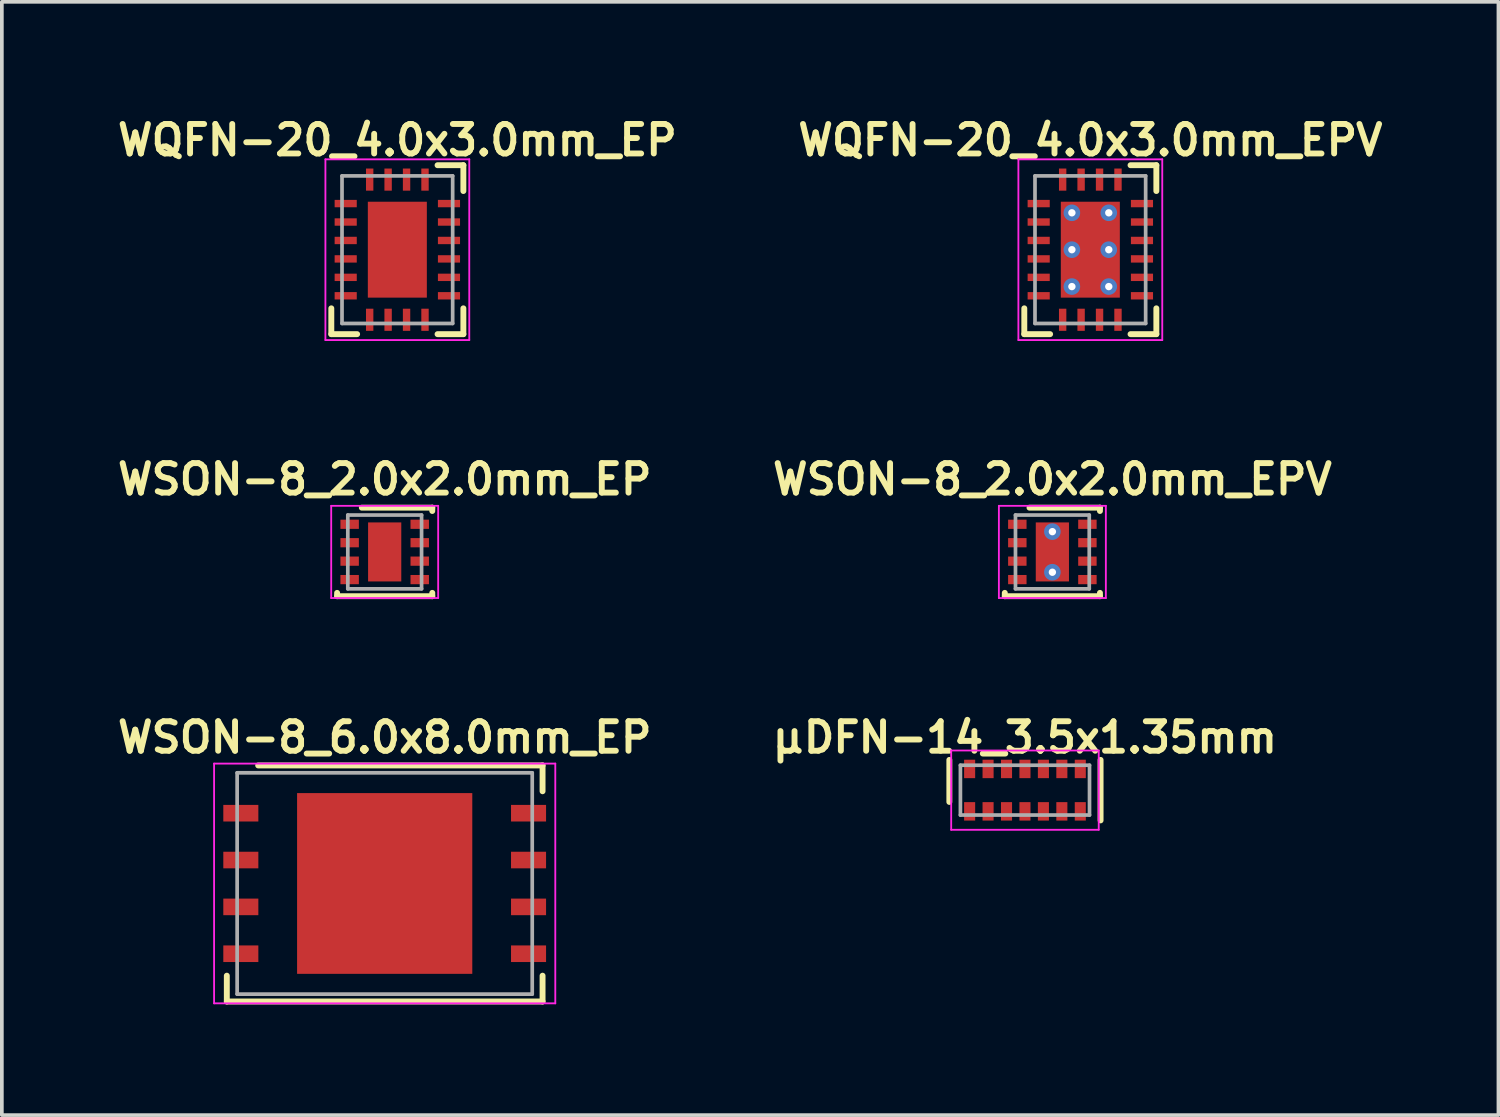
<source format=kicad_pcb>
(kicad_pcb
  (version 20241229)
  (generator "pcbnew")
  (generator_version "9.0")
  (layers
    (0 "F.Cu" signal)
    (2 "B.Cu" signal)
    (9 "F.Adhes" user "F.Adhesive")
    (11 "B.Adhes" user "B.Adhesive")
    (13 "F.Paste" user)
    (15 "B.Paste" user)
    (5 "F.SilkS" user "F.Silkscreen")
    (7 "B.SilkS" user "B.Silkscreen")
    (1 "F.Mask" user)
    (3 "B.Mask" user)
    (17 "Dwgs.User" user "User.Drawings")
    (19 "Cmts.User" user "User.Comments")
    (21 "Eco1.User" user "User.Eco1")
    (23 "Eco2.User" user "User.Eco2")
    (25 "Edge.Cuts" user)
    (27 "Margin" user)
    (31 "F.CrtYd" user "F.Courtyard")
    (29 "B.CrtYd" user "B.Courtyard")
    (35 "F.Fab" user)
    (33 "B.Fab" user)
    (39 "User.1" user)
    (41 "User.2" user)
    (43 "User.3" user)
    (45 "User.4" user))
  (footprint "WQFN-20_4.0x3.0mm_EP"
    (layer "F.Cu")
    (at 7.722 3.719)
    (property "Reference" "WQFN-20_4.0x3.0mm_EP" (at 0 -2.97 0) (layer "F.SilkS") (effects (font (size 0.8 0.8) (thickness 0.16))))
    (attr through_hole)
    (fp_line (start -1.79 2.29) (end -1.79 1.59) (stroke (width 0.16) (type solid)) (layer "F.SilkS"))
    (fp_line (start -1.09 2.29) (end -1.79 2.29) (stroke (width 0.16) (type solid)) (layer "F.SilkS"))
    (fp_line (start 1.09 -2.29) (end 1.79 -2.29) (stroke (width 0.16) (type solid)) (layer "F.SilkS"))
    (fp_line (start 1.79 -2.29) (end 1.79 -1.59) (stroke (width 0.16) (type solid)) (layer "F.SilkS"))
    (fp_line (start 1.79 1.59) (end 1.79 2.29) (stroke (width 0.16) (type solid)) (layer "F.SilkS"))
    (fp_line (start 1.79 2.29) (end 1.09 2.29) (stroke (width 0.16) (type solid)) (layer "F.SilkS"))
    (fp_line (start -1.95 -2.45) (end 1.95 -2.45) (stroke (width 0.05) (type solid)) (layer "F.CrtYd"))
    (fp_line (start -1.95 2.45) (end -1.95 -2.45) (stroke (width 0.05) (type solid)) (layer "F.CrtYd"))
    (fp_line (start 1.95 -2.45) (end 1.95 2.45) (stroke (width 0.05) (type solid)) (layer "F.CrtYd"))
    (fp_line (start 1.95 2.45) (end -1.95 2.45) (stroke (width 0.05) (type solid)) (layer "F.CrtYd"))
    (fp_line (start -1.5 -2) (end 1.5 -2) (stroke (width 0.1) (type solid)) (layer "F.Fab"))
    (fp_line (start -1.5 2) (end -1.5 -2) (stroke (width 0.1) (type solid)) (layer "F.Fab"))
    (fp_line (start 1.5 -2) (end 1.5 2) (stroke (width 0.1) (type solid)) (layer "F.Fab"))
    (fp_line (start 1.5 2) (end -1.5 2) (stroke (width 0.1) (type solid)) (layer "F.Fab"))
    (pad "" smd rect (at 0 -0.675) (size 1.47 1.15) (layers "F.Paste"))
    (pad "" smd rect (at 0 0.675) (size 1.47 1.15) (layers "F.Paste"))
    (pad "1" smd rect (at -1.4 -1.25) (size 0.6 0.2) (layers "F.Cu" "F.Mask" "F.Paste"))
    (pad "2" smd rect (at -1.4 -0.75) (size 0.6 0.2) (layers "F.Cu" "F.Mask" "F.Paste"))
    (pad "3" smd rect (at -1.4 -0.25) (size 0.6 0.2) (layers "F.Cu" "F.Mask" "F.Paste"))
    (pad "4" smd rect (at -1.4 0.25) (size 0.6 0.2) (layers "F.Cu" "F.Mask" "F.Paste"))
    (pad "5" smd rect (at -1.4 0.75) (size 0.6 0.2) (layers "F.Cu" "F.Mask" "F.Paste"))
    (pad "6" smd rect (at -1.4 1.25) (size 0.6 0.2) (layers "F.Cu" "F.Mask" "F.Paste"))
    (pad "7" smd rect (at -0.75 1.9 90) (size 0.6 0.2) (layers "F.Cu" "F.Mask" "F.Paste"))
    (pad "8" smd rect (at -0.25 1.9 90) (size 0.6 0.2) (layers "F.Cu" "F.Mask" "F.Paste"))
    (pad "9" smd rect (at 0.25 1.9 90) (size 0.6 0.2) (layers "F.Cu" "F.Mask" "F.Paste"))
    (pad "10" smd rect (at 0.75 1.9 90) (size 0.6 0.2) (layers "F.Cu" "F.Mask" "F.Paste"))
    (pad "11" smd rect (at 1.4 1.25) (size 0.6 0.2) (layers "F.Cu" "F.Mask" "F.Paste"))
    (pad "12" smd rect (at 1.4 0.75) (size 0.6 0.2) (layers "F.Cu" "F.Mask" "F.Paste"))
    (pad "13" smd rect (at 1.4 0.25) (size 0.6 0.2) (layers "F.Cu" "F.Mask" "F.Paste"))
    (pad "14" smd rect (at 1.4 -0.25) (size 0.6 0.2) (layers "F.Cu" "F.Mask" "F.Paste"))
    (pad "15" smd rect (at 1.4 -0.75) (size 0.6 0.2) (layers "F.Cu" "F.Mask" "F.Paste"))
    (pad "16" smd rect (at 1.4 -1.25) (size 0.6 0.2) (layers "F.Cu" "F.Mask" "F.Paste"))
    (pad "17" smd rect (at 0.75 -1.9 90) (size 0.6 0.2) (layers "F.Cu" "F.Mask" "F.Paste"))
    (pad "18" smd rect (at 0.25 -1.9 90) (size 0.6 0.2) (layers "F.Cu" "F.Mask" "F.Paste"))
    (pad "19" smd rect (at -0.25 -1.9 90) (size 0.6 0.2) (layers "F.Cu" "F.Mask" "F.Paste"))
    (pad "20" smd rect (at -0.75 -1.9 90) (size 0.6 0.2) (layers "F.Cu" "F.Mask" "F.Paste"))
    (pad "21" smd rect (at 0 0) (size 1.6 2.6) (layers "F.Cu" "F.Mask")))
  (footprint "WSON-8_2.0x2.0mm_EPV"
    (layer "F.Cu")
    (at 25.48 11.913)
    (property "Reference" "WSON-8_2.0x2.0mm_EPV" (at 0 -1.97 0) (layer "F.SilkS") (effects (font (size 0.8 0.8) (thickness 0.16))))
    (attr through_hole)
    (fp_line (start -1.29 1.11) (end -1.29 1.2) (stroke (width 0.16) (type solid)) (layer "F.SilkS"))
    (fp_line (start -1.29 1.2) (end 1.29 1.2) (stroke (width 0.16) (type solid)) (layer "F.SilkS"))
    (fp_line (start 1.29 -1.2) (end -0.62 -1.2) (stroke (width 0.16) (type solid)) (layer "F.SilkS"))
    (fp_line (start 1.29 -1.11) (end 1.29 -1.2) (stroke (width 0.16) (type solid)) (layer "F.SilkS"))
    (fp_line (start 1.29 1.11) (end 1.29 1.2) (stroke (width 0.16) (type solid)) (layer "F.SilkS"))
    (fp_line (start -1.45 -1.25) (end 1.45 -1.25) (stroke (width 0.05) (type solid)) (layer "F.CrtYd"))
    (fp_line (start -1.45 1.25) (end -1.45 -1.25) (stroke (width 0.05) (type solid)) (layer "F.CrtYd"))
    (fp_line (start 1.45 -1.25) (end 1.45 1.25) (stroke (width 0.05) (type solid)) (layer "F.CrtYd"))
    (fp_line (start 1.45 1.25) (end -1.45 1.25) (stroke (width 0.05) (type solid)) (layer "F.CrtYd"))
    (fp_line (start -1 -1) (end 1 -1) (stroke (width 0.1) (type solid)) (layer "F.Fab"))
    (fp_line (start -1 1) (end -1 -1) (stroke (width 0.1) (type solid)) (layer "F.Fab"))
    (fp_line (start 1 -1) (end 1 1) (stroke (width 0.1) (type solid)) (layer "F.Fab"))
    (fp_line (start 1 1) (end -1 1) (stroke (width 0.1) (type solid)) (layer "F.Fab"))
    (pad "" smd rect (at 0 -0.45) (size 0.9 0.7) (layers "F.Paste"))
    (pad "" smd rect (at 0 0.45) (size 0.9 0.7) (layers "F.Paste"))
    (pad "1" smd rect (at -0.95 -0.75) (size 0.5 0.25) (layers "F.Cu" "F.Mask" "F.Paste"))
    (pad "2" smd rect (at -0.95 -0.25) (size 0.5 0.25) (layers "F.Cu" "F.Mask" "F.Paste"))
    (pad "3" smd rect (at -0.95 0.25) (size 0.5 0.25) (layers "F.Cu" "F.Mask" "F.Paste"))
    (pad "4" smd rect (at -0.95 0.75) (size 0.5 0.25) (layers "F.Cu" "F.Mask" "F.Paste"))
    (pad "5" smd rect (at 0.95 0.75) (size 0.5 0.25) (layers "F.Cu" "F.Mask" "F.Paste"))
    (pad "6" smd rect (at 0.95 0.25) (size 0.5 0.25) (layers "F.Cu" "F.Mask" "F.Paste"))
    (pad "7" smd rect (at 0.95 -0.25) (size 0.5 0.25) (layers "F.Cu" "F.Mask" "F.Paste"))
    (pad "8" smd rect (at 0.95 -0.75) (size 0.5 0.25) (layers "F.Cu" "F.Mask" "F.Paste"))
    (pad "9" thru_hole circle (at 0 -0.55) (size 0.45 0.45) (drill 0.2) (layers "*.Cu"))
    (pad "9" smd rect (at 0 0) (size 0.9 1.6) (layers "F.Cu" "F.Mask"))
    (pad "9" thru_hole circle (at 0 0.55) (size 0.45 0.45) (drill 0.2) (layers "*.Cu")))
  (footprint "WSON-8_6.0x8.0mm_EP"
    (layer "F.Cu")
    (at 7.379 20.901)
    (property "Reference" "WSON-8_6.0x8.0mm_EP" (at 0 -3.96 0) (layer "F.SilkS") (effects (font (size 0.8 0.8) (thickness 0.16))))
    (attr through_hole)
    (fp_line (start -4.28 2.5) (end -4.28 3.2) (stroke (width 0.16) (type solid)) (layer "F.SilkS"))
    (fp_line (start -4.28 3.2) (end 4.28 3.2) (stroke (width 0.16) (type solid)) (layer "F.SilkS"))
    (fp_line (start 4.28 -3.2) (end -3.43 -3.2) (stroke (width 0.16) (type solid)) (layer "F.SilkS"))
    (fp_line (start 4.28 -3.2) (end 4.28 -2.5) (stroke (width 0.16) (type solid)) (layer "F.SilkS"))
    (fp_line (start 4.28 2.5) (end 4.28 3.2) (stroke (width 0.16) (type solid)) (layer "F.SilkS"))
    (fp_line (start -4.625 -3.25) (end 4.625 -3.25) (stroke (width 0.05) (type solid)) (layer "F.CrtYd"))
    (fp_line (start -4.625 3.25) (end -4.625 -3.25) (stroke (width 0.05) (type solid)) (layer "F.CrtYd"))
    (fp_line (start 4.625 -3.25) (end 4.625 3.25) (stroke (width 0.05) (type solid)) (layer "F.CrtYd"))
    (fp_line (start 4.625 3.25) (end -4.625 3.25) (stroke (width 0.05) (type solid)) (layer "F.CrtYd"))
    (fp_line (start -4 -3) (end 4 -3) (stroke (width 0.1) (type solid)) (layer "F.Fab"))
    (fp_line (start -4 3) (end -4 -3) (stroke (width 0.1) (type solid)) (layer "F.Fab"))
    (fp_line (start 4 -3) (end 4 3) (stroke (width 0.1) (type solid)) (layer "F.Fab"))
    (fp_line (start 4 3) (end -4 3) (stroke (width 0.1) (type solid)) (layer "F.Fab"))
    (pad "" smd rect (at -1.65 -1.913) (size 1.45 1.075) (layers "F.Paste"))
    (pad "" smd rect (at -1.65 -0.637) (size 1.45 1.075) (layers "F.Paste"))
    (pad "" smd rect (at -1.65 0.637) (size 1.45 1.075) (layers "F.Paste"))
    (pad "" smd rect (at -1.65 1.913) (size 1.45 1.075) (layers "F.Paste"))
    (pad "" smd rect (at 0 -1.913) (size 1.45 1.075) (layers "F.Paste"))
    (pad "" smd rect (at 0 -0.637) (size 1.45 1.075) (layers "F.Paste"))
    (pad "" smd rect (at 0 0.637) (size 1.45 1.075) (layers "F.Paste"))
    (pad "" smd rect (at 0 1.913) (size 1.45 1.075) (layers "F.Paste"))
    (pad "" smd rect (at 1.65 -1.913) (size 1.45 1.075) (layers "F.Paste"))
    (pad "" smd rect (at 1.65 -0.637) (size 1.45 1.075) (layers "F.Paste"))
    (pad "" smd rect (at 1.65 0.637) (size 1.45 1.075) (layers "F.Paste"))
    (pad "" smd rect (at 1.65 1.913) (size 1.45 1.075) (layers "F.Paste"))
    (pad "1" smd rect (at -3.9 -1.905) (size 0.95 0.45) (layers "F.Cu" "F.Mask" "F.Paste"))
    (pad "2" smd rect (at -3.9 -0.635) (size 0.95 0.45) (layers "F.Cu" "F.Mask" "F.Paste"))
    (pad "3" smd rect (at -3.9 0.635) (size 0.95 0.45) (layers "F.Cu" "F.Mask" "F.Paste"))
    (pad "4" smd rect (at -3.9 1.905) (size 0.95 0.45) (layers "F.Cu" "F.Mask" "F.Paste"))
    (pad "5" smd rect (at 3.9 1.905) (size 0.95 0.45) (layers "F.Cu" "F.Mask" "F.Paste"))
    (pad "6" smd rect (at 3.9 0.635) (size 0.95 0.45) (layers "F.Cu" "F.Mask" "F.Paste"))
    (pad "7" smd rect (at 3.9 -0.635) (size 0.95 0.45) (layers "F.Cu" "F.Mask" "F.Paste"))
    (pad "8" smd rect (at 3.9 -1.905) (size 0.95 0.45) (layers "F.Cu" "F.Mask" "F.Paste"))
    (pad "9" smd rect (at 0 0) (size 4.75 4.9) (layers "F.Cu" "F.Mask")))
  (footprint "WQFN-20_4.0x3.0mm_EPV"
    (layer "F.Cu")
    (at 26.509 3.719)
    (property "Reference" "WQFN-20_4.0x3.0mm_EPV" (at 0 -2.97 0) (layer "F.SilkS") (effects (font (size 0.8 0.8) (thickness 0.16))))
    (attr through_hole)
    (fp_line (start -1.79 2.29) (end -1.79 1.59) (stroke (width 0.16) (type solid)) (layer "F.SilkS"))
    (fp_line (start -1.09 2.29) (end -1.79 2.29) (stroke (width 0.16) (type solid)) (layer "F.SilkS"))
    (fp_line (start 1.09 -2.29) (end 1.79 -2.29) (stroke (width 0.16) (type solid)) (layer "F.SilkS"))
    (fp_line (start 1.79 -2.29) (end 1.79 -1.59) (stroke (width 0.16) (type solid)) (layer "F.SilkS"))
    (fp_line (start 1.79 1.59) (end 1.79 2.29) (stroke (width 0.16) (type solid)) (layer "F.SilkS"))
    (fp_line (start 1.79 2.29) (end 1.09 2.29) (stroke (width 0.16) (type solid)) (layer "F.SilkS"))
    (fp_line (start -1.95 -2.45) (end 1.95 -2.45) (stroke (width 0.05) (type solid)) (layer "F.CrtYd"))
    (fp_line (start -1.95 2.45) (end -1.95 -2.45) (stroke (width 0.05) (type solid)) (layer "F.CrtYd"))
    (fp_line (start 1.95 -2.45) (end 1.95 2.45) (stroke (width 0.05) (type solid)) (layer "F.CrtYd"))
    (fp_line (start 1.95 2.45) (end -1.95 2.45) (stroke (width 0.05) (type solid)) (layer "F.CrtYd"))
    (fp_line (start -1.5 -2) (end 1.5 -2) (stroke (width 0.1) (type solid)) (layer "F.Fab"))
    (fp_line (start -1.5 2) (end -1.5 -2) (stroke (width 0.1) (type solid)) (layer "F.Fab"))
    (fp_line (start 1.5 -2) (end 1.5 2) (stroke (width 0.1) (type solid)) (layer "F.Fab"))
    (fp_line (start 1.5 2) (end -1.5 2) (stroke (width 0.1) (type solid)) (layer "F.Fab"))
    (pad "" smd rect (at 0 -0.675) (size 1.47 1.15) (layers "F.Paste"))
    (pad "" smd rect (at 0 0.675) (size 1.47 1.15) (layers "F.Paste"))
    (pad "1" smd rect (at -1.4 -1.25) (size 0.6 0.2) (layers "F.Cu" "F.Mask" "F.Paste"))
    (pad "2" smd rect (at -1.4 -0.75) (size 0.6 0.2) (layers "F.Cu" "F.Mask" "F.Paste"))
    (pad "3" smd rect (at -1.4 -0.25) (size 0.6 0.2) (layers "F.Cu" "F.Mask" "F.Paste"))
    (pad "4" smd rect (at -1.4 0.25) (size 0.6 0.2) (layers "F.Cu" "F.Mask" "F.Paste"))
    (pad "5" smd rect (at -1.4 0.75) (size 0.6 0.2) (layers "F.Cu" "F.Mask" "F.Paste"))
    (pad "6" smd rect (at -1.4 1.25) (size 0.6 0.2) (layers "F.Cu" "F.Mask" "F.Paste"))
    (pad "7" smd rect (at -0.75 1.9 90) (size 0.6 0.2) (layers "F.Cu" "F.Mask" "F.Paste"))
    (pad "8" smd rect (at -0.25 1.9 90) (size 0.6 0.2) (layers "F.Cu" "F.Mask" "F.Paste"))
    (pad "9" smd rect (at 0.25 1.9 90) (size 0.6 0.2) (layers "F.Cu" "F.Mask" "F.Paste"))
    (pad "10" smd rect (at 0.75 1.9 90) (size 0.6 0.2) (layers "F.Cu" "F.Mask" "F.Paste"))
    (pad "11" smd rect (at 1.4 1.25) (size 0.6 0.2) (layers "F.Cu" "F.Mask" "F.Paste"))
    (pad "12" smd rect (at 1.4 0.75) (size 0.6 0.2) (layers "F.Cu" "F.Mask" "F.Paste"))
    (pad "13" smd rect (at 1.4 0.25) (size 0.6 0.2) (layers "F.Cu" "F.Mask" "F.Paste"))
    (pad "14" smd rect (at 1.4 -0.25) (size 0.6 0.2) (layers "F.Cu" "F.Mask" "F.Paste"))
    (pad "15" smd rect (at 1.4 -0.75) (size 0.6 0.2) (layers "F.Cu" "F.Mask" "F.Paste"))
    (pad "16" smd rect (at 1.4 -1.25) (size 0.6 0.2) (layers "F.Cu" "F.Mask" "F.Paste"))
    (pad "17" smd rect (at 0.75 -1.9 90) (size 0.6 0.2) (layers "F.Cu" "F.Mask" "F.Paste"))
    (pad "18" smd rect (at 0.25 -1.9 90) (size 0.6 0.2) (layers "F.Cu" "F.Mask" "F.Paste"))
    (pad "19" smd rect (at -0.25 -1.9 90) (size 0.6 0.2) (layers "F.Cu" "F.Mask" "F.Paste"))
    (pad "20" smd rect (at -0.75 -1.9 90) (size 0.6 0.2) (layers "F.Cu" "F.Mask" "F.Paste"))
    (pad "21" thru_hole circle (at -0.5 -1) (size 0.45 0.45) (drill 0.2) (layers "*.Cu"))
    (pad "21" thru_hole circle (at -0.5 0) (size 0.45 0.45) (drill 0.2) (layers "*.Cu"))
    (pad "21" thru_hole circle (at -0.5 1) (size 0.45 0.45) (drill 0.2) (layers "*.Cu"))
    (pad "21" smd rect (at 0 0) (size 1.6 2.6) (layers "F.Cu" "F.Mask"))
    (pad "21" thru_hole circle (at 0.5 -1) (size 0.45 0.45) (drill 0.2) (layers "*.Cu"))
    (pad "21" thru_hole circle (at 0.5 0) (size 0.45 0.45) (drill 0.2) (layers "*.Cu"))
    (pad "21" thru_hole circle (at 0.5 1) (size 0.45 0.45) (drill 0.2) (layers "*.Cu")))
  (footprint "WSON-8_2.0x2.0mm_EP"
    (layer "F.Cu")
    (at 7.379 11.913)
    (property "Reference" "WSON-8_2.0x2.0mm_EP" (at 0 -1.97 0) (layer "F.SilkS") (effects (font (size 0.8 0.8) (thickness 0.16))))
    (attr through_hole)
    (fp_line (start -1.29 1.11) (end -1.29 1.2) (stroke (width 0.16) (type solid)) (layer "F.SilkS"))
    (fp_line (start -1.29 1.2) (end 1.29 1.2) (stroke (width 0.16) (type solid)) (layer "F.SilkS"))
    (fp_line (start 1.29 -1.2) (end -0.62 -1.2) (stroke (width 0.16) (type solid)) (layer "F.SilkS"))
    (fp_line (start 1.29 -1.11) (end 1.29 -1.2) (stroke (width 0.16) (type solid)) (layer "F.SilkS"))
    (fp_line (start 1.29 1.11) (end 1.29 1.2) (stroke (width 0.16) (type solid)) (layer "F.SilkS"))
    (fp_line (start -1.45 -1.25) (end 1.45 -1.25) (stroke (width 0.05) (type solid)) (layer "F.CrtYd"))
    (fp_line (start -1.45 1.25) (end -1.45 -1.25) (stroke (width 0.05) (type solid)) (layer "F.CrtYd"))
    (fp_line (start 1.45 -1.25) (end 1.45 1.25) (stroke (width 0.05) (type solid)) (layer "F.CrtYd"))
    (fp_line (start 1.45 1.25) (end -1.45 1.25) (stroke (width 0.05) (type solid)) (layer "F.CrtYd"))
    (fp_line (start -1 -1) (end 1 -1) (stroke (width 0.1) (type solid)) (layer "F.Fab"))
    (fp_line (start -1 1) (end -1 -1) (stroke (width 0.1) (type solid)) (layer "F.Fab"))
    (fp_line (start 1 -1) (end 1 1) (stroke (width 0.1) (type solid)) (layer "F.Fab"))
    (fp_line (start 1 1) (end -1 1) (stroke (width 0.1) (type solid)) (layer "F.Fab"))
    (pad "" smd rect (at 0 -0.45) (size 0.9 0.7) (layers "F.Paste"))
    (pad "" smd rect (at 0 0.45) (size 0.9 0.7) (layers "F.Paste"))
    (pad "1" smd rect (at -0.95 -0.75) (size 0.5 0.25) (layers "F.Cu" "F.Mask" "F.Paste"))
    (pad "2" smd rect (at -0.95 -0.25) (size 0.5 0.25) (layers "F.Cu" "F.Mask" "F.Paste"))
    (pad "3" smd rect (at -0.95 0.25) (size 0.5 0.25) (layers "F.Cu" "F.Mask" "F.Paste"))
    (pad "4" smd rect (at -0.95 0.75) (size 0.5 0.25) (layers "F.Cu" "F.Mask" "F.Paste"))
    (pad "5" smd rect (at 0.95 0.75) (size 0.5 0.25) (layers "F.Cu" "F.Mask" "F.Paste"))
    (pad "6" smd rect (at 0.95 0.25) (size 0.5 0.25) (layers "F.Cu" "F.Mask" "F.Paste"))
    (pad "7" smd rect (at 0.95 -0.25) (size 0.5 0.25) (layers "F.Cu" "F.Mask" "F.Paste"))
    (pad "8" smd rect (at 0.95 -0.75) (size 0.5 0.25) (layers "F.Cu" "F.Mask" "F.Paste"))
    (pad "9" smd rect (at 0 0) (size 0.9 1.6) (layers "F.Cu" "F.Mask")))
  (footprint "µDFN-14_3.5x1.35mm"
    (layer "F.Cu")
    (at 24.737 18.371)
    (property "Reference" "µDFN-14_3.5x1.35mm" (at 0 -1.43 0) (layer "F.SilkS") (effects (font (size 0.8 0.8) (thickness 0.16))))
    (attr through_hole)
    (fp_line (start -2.05 0.32) (end -2.05 -0.82) (stroke (width 0.16) (type solid)) (layer "F.SilkS"))
    (fp_line (start 2.05 -0.82) (end 2.05 0.82) (stroke (width 0.16) (type solid)) (layer "F.SilkS"))
    (fp_line (start -2 -1.075) (end 2 -1.075) (stroke (width 0.05) (type solid)) (layer "F.CrtYd"))
    (fp_line (start -2 1.075) (end -2 -1.075) (stroke (width 0.05) (type solid)) (layer "F.CrtYd"))
    (fp_line (start 2 -1.075) (end 2 1.075) (stroke (width 0.05) (type solid)) (layer "F.CrtYd"))
    (fp_line (start 2 1.075) (end -2 1.075) (stroke (width 0.05) (type solid)) (layer "F.CrtYd"))
    (fp_line (start -1.75 -0.675) (end -1.75 0.675) (stroke (width 0.1) (type solid)) (layer "F.Fab"))
    (fp_line (start -1.75 0.675) (end 1.75 0.675) (stroke (width 0.1) (type solid)) (layer "F.Fab"))
    (fp_line (start 1.75 -0.675) (end -1.75 -0.675) (stroke (width 0.1) (type solid)) (layer "F.Fab"))
    (fp_line (start 1.75 0.675) (end 1.75 -0.675) (stroke (width 0.1) (type solid)) (layer "F.Fab"))
    (pad "1" smd rect (at -1.5 0.575) (size 0.3 0.5) (layers "F.Cu" "F.Mask" "F.Paste"))
    (pad "2" smd rect (at -1 0.575) (size 0.3 0.5) (layers "F.Cu" "F.Mask" "F.Paste"))
    (pad "3" smd rect (at -0.5 0.575) (size 0.3 0.5) (layers "F.Cu" "F.Mask" "F.Paste"))
    (pad "4" smd rect (at 0 0.575) (size 0.3 0.5) (layers "F.Cu" "F.Mask" "F.Paste"))
    (pad "5" smd rect (at 0.5 0.575) (size 0.3 0.5) (layers "F.Cu" "F.Mask" "F.Paste"))
    (pad "6" smd rect (at 1 0.575) (size 0.3 0.5) (layers "F.Cu" "F.Mask" "F.Paste"))
    (pad "7" smd rect (at 1.5 0.575) (size 0.3 0.5) (layers "F.Cu" "F.Mask" "F.Paste"))
    (pad "8" smd rect (at 1.5 -0.575) (size 0.3 0.5) (layers "F.Cu" "F.Mask" "F.Paste"))
    (pad "9" smd rect (at 1 -0.575) (size 0.3 0.5) (layers "F.Cu" "F.Mask" "F.Paste"))
    (pad "10" smd rect (at 0.5 -0.575) (size 0.3 0.5) (layers "F.Cu" "F.Mask" "F.Paste"))
    (pad "11" smd rect (at 0 -0.575) (size 0.3 0.5) (layers "F.Cu" "F.Mask" "F.Paste"))
    (pad "12" smd rect (at -0.5 -0.575) (size 0.3 0.5) (layers "F.Cu" "F.Mask" "F.Paste"))
    (pad "13" smd rect (at -1 -0.575) (size 0.3 0.5) (layers "F.Cu" "F.Mask" "F.Paste"))
    (pad "14" smd rect (at -1.5 -0.575) (size 0.3 0.5) (layers "F.Cu" "F.Mask" "F.Paste")))
  (gr_rect
    (start -3 -3)
    (end 37.573 27.181)
    (stroke (width 0.1) (type default))
    (fill no)
    (layer "Edge.Cuts")))
</source>
